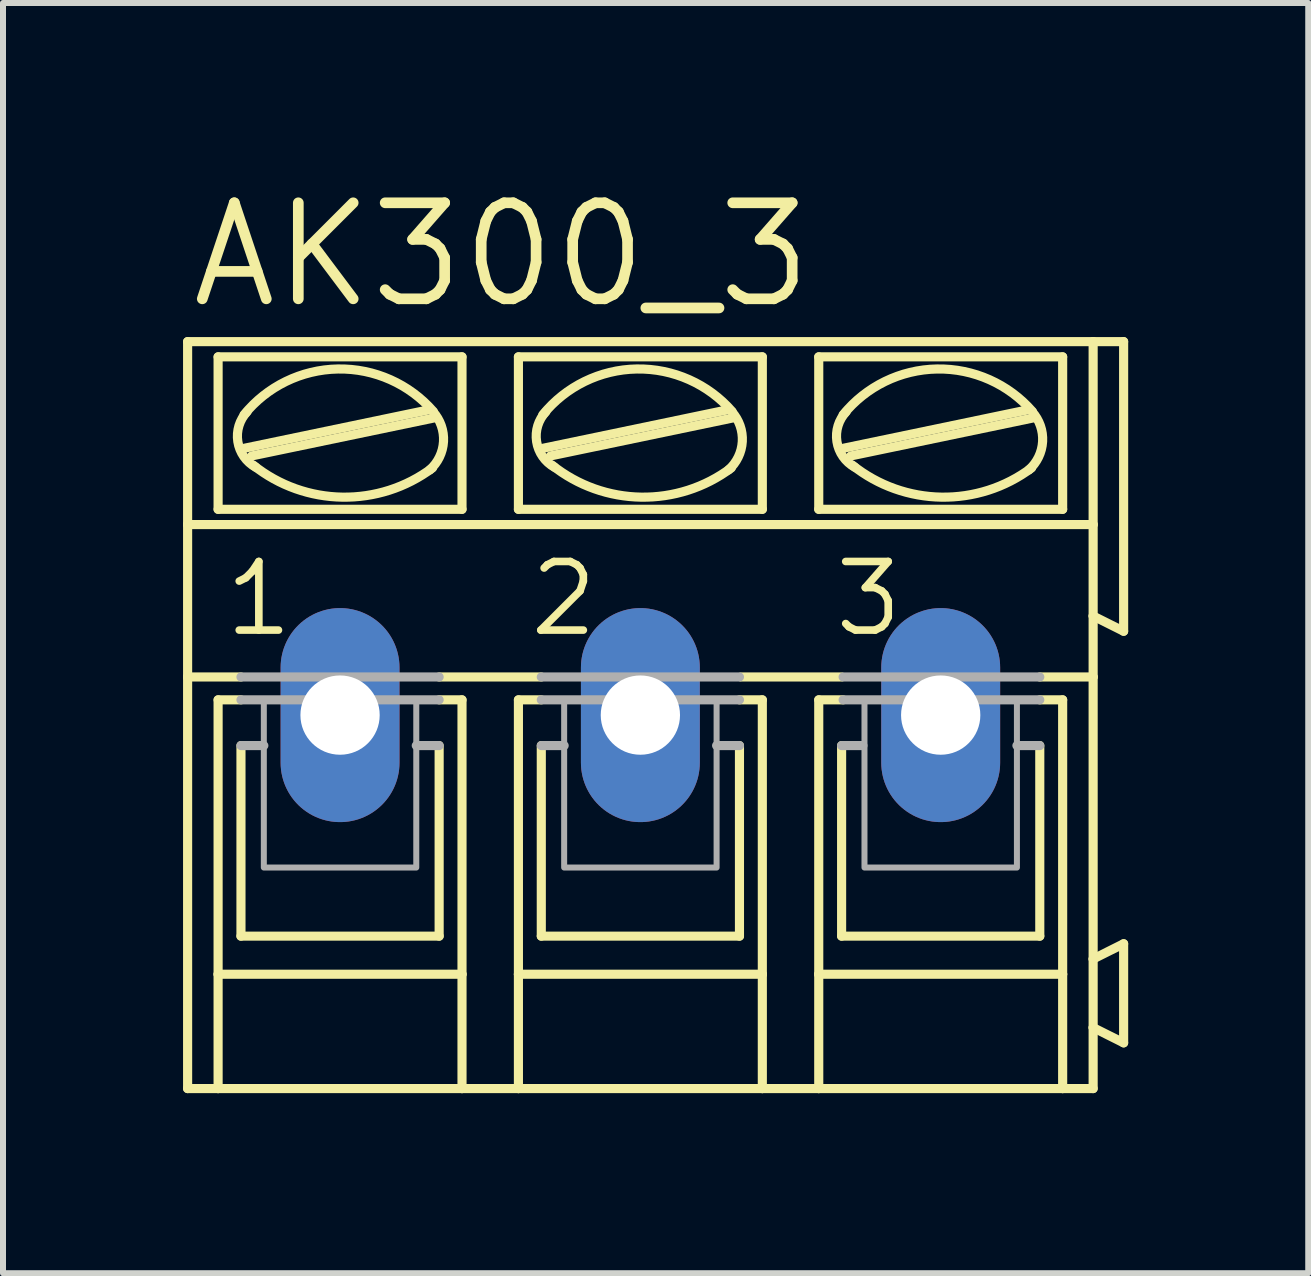
<source format=kicad_pcb>
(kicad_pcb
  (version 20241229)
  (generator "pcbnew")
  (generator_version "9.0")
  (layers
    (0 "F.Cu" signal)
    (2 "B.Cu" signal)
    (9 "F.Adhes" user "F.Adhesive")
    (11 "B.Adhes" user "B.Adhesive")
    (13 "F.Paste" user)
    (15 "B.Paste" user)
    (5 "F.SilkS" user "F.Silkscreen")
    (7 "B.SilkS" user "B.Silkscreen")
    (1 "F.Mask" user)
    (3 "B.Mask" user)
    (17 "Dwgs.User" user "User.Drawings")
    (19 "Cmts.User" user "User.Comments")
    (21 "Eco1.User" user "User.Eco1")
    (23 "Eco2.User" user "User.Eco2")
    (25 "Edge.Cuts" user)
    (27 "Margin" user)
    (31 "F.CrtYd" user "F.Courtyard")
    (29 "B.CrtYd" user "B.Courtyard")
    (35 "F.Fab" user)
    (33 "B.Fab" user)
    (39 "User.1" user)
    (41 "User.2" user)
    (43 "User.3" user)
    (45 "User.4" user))
  (footprint "AK300_3"
    (layer "F.Cu")
    (at 7.62 8.865)
    (property "Reference" "AK300_3" (at -7.569 -6.731 0) (layer "F.SilkS") (effects (font (size 1.6 1.6) (thickness 0.178)) (justify left bottom)))
    (fp_line (start -7.544 -3.175) (end -7.544 -6.223) (stroke (width 0.152) (type solid)) (layer "F.SilkS"))
    (fp_line (start -7.544 -3.175) (end 7.544 -3.175) (stroke (width 0.152) (type solid)) (layer "F.SilkS"))
    (fp_line (start -7.544 -0.635) (end -7.544 -3.175) (stroke (width 0.152) (type solid)) (layer "F.SilkS"))
    (fp_line (start -7.544 -0.635) (end -6.655 -0.635) (stroke (width 0.152) (type solid)) (layer "F.SilkS"))
    (fp_line (start -7.544 6.223) (end -7.544 -0.635) (stroke (width 0.152) (type solid)) (layer "F.SilkS"))
    (fp_line (start -7.544 6.223) (end -7.036 6.223) (stroke (width 0.152) (type solid)) (layer "F.SilkS"))
    (fp_line (start -7.036 -3.429) (end -7.036 -5.969) (stroke (width 0.152) (type solid)) (layer "F.SilkS"))
    (fp_line (start -7.036 -0.254) (end -7.036 4.318) (stroke (width 0.152) (type solid)) (layer "F.SilkS"))
    (fp_line (start -7.036 -0.254) (end -6.655 -0.254) (stroke (width 0.152) (type solid)) (layer "F.SilkS"))
    (fp_line (start -7.036 4.318) (end -7.036 6.223) (stroke (width 0.152) (type solid)) (layer "F.SilkS"))
    (fp_line (start -7.036 6.223) (end -2.972 6.223) (stroke (width 0.152) (type solid)) (layer "F.SilkS"))
    (fp_line (start -6.655 3.683) (end -6.655 0.508) (stroke (width 0.152) (type solid)) (layer "F.SilkS"))
    (fp_line (start -6.604 -4.445) (end -3.556 -5.08) (stroke (width 0.152) (type solid)) (layer "F.SilkS"))
    (fp_line (start -6.477 -4.318) (end -3.429 -4.953) (stroke (width 0.152) (type solid)) (layer "F.SilkS"))
    (fp_line (start -3.353 -0.635) (end -1.651 -0.635) (stroke (width 0.152) (type solid)) (layer "F.SilkS"))
    (fp_line (start -3.353 3.683) (end -6.655 3.683) (stroke (width 0.152) (type solid)) (layer "F.SilkS"))
    (fp_line (start -3.353 3.683) (end -3.353 0.508) (stroke (width 0.152) (type solid)) (layer "F.SilkS"))
    (fp_line (start -2.972 -5.969) (end -7.036 -5.969) (stroke (width 0.152) (type solid)) (layer "F.SilkS"))
    (fp_line (start -2.972 -3.429) (end -7.036 -3.429) (stroke (width 0.152) (type solid)) (layer "F.SilkS"))
    (fp_line (start -2.972 -3.429) (end -2.972 -5.969) (stroke (width 0.152) (type solid)) (layer "F.SilkS"))
    (fp_line (start -2.972 -0.254) (end -3.353 -0.254) (stroke (width 0.152) (type solid)) (layer "F.SilkS"))
    (fp_line (start -2.972 4.318) (end -7.036 4.318) (stroke (width 0.152) (type solid)) (layer "F.SilkS"))
    (fp_line (start -2.972 4.318) (end -2.972 -0.254) (stroke (width 0.152) (type solid)) (layer "F.SilkS"))
    (fp_line (start -2.972 6.223) (end -2.972 4.318) (stroke (width 0.152) (type solid)) (layer "F.SilkS"))
    (fp_line (start -2.972 6.223) (end -2.032 6.223) (stroke (width 0.152) (type solid)) (layer "F.SilkS"))
    (fp_line (start -2.032 -5.969) (end 2.032 -5.969) (stroke (width 0.152) (type solid)) (layer "F.SilkS"))
    (fp_line (start -2.032 -3.429) (end -2.032 -5.969) (stroke (width 0.152) (type solid)) (layer "F.SilkS"))
    (fp_line (start -2.032 -0.254) (end -1.651 -0.254) (stroke (width 0.152) (type solid)) (layer "F.SilkS"))
    (fp_line (start -2.032 4.318) (end -2.032 -0.254) (stroke (width 0.152) (type solid)) (layer "F.SilkS"))
    (fp_line (start -2.032 4.318) (end 2.032 4.318) (stroke (width 0.152) (type solid)) (layer "F.SilkS"))
    (fp_line (start -2.032 6.223) (end -2.032 4.318) (stroke (width 0.152) (type solid)) (layer "F.SilkS"))
    (fp_line (start -2.032 6.223) (end 2.032 6.223) (stroke (width 0.152) (type solid)) (layer "F.SilkS"))
    (fp_line (start -1.651 3.683) (end -1.651 0.508) (stroke (width 0.152) (type solid)) (layer "F.SilkS"))
    (fp_line (start -1.626 -4.445) (end 1.422 -5.08) (stroke (width 0.152) (type solid)) (layer "F.SilkS"))
    (fp_line (start -1.499 -4.318) (end 1.549 -4.953) (stroke (width 0.152) (type solid)) (layer "F.SilkS"))
    (fp_line (start 1.651 3.683) (end -1.651 3.683) (stroke (width 0.152) (type solid)) (layer "F.SilkS"))
    (fp_line (start 1.651 3.683) (end 1.651 0.508) (stroke (width 0.152) (type solid)) (layer "F.SilkS"))
    (fp_line (start 1.676 -0.635) (end 3.353 -0.635) (stroke (width 0.152) (type solid)) (layer "F.SilkS"))
    (fp_line (start 2.032 -5.969) (end 2.032 -3.429) (stroke (width 0.152) (type solid)) (layer "F.SilkS"))
    (fp_line (start 2.032 -3.429) (end -2.032 -3.429) (stroke (width 0.152) (type solid)) (layer "F.SilkS"))
    (fp_line (start 2.032 -0.254) (end 1.651 -0.254) (stroke (width 0.152) (type solid)) (layer "F.SilkS"))
    (fp_line (start 2.032 -0.254) (end 2.032 4.318) (stroke (width 0.152) (type solid)) (layer "F.SilkS"))
    (fp_line (start 2.032 4.318) (end 2.032 6.223) (stroke (width 0.152) (type solid)) (layer "F.SilkS"))
    (fp_line (start 2.032 6.223) (end 2.972 6.223) (stroke (width 0.152) (type solid)) (layer "F.SilkS"))
    (fp_line (start 2.972 -5.969) (end 7.036 -5.969) (stroke (width 0.152) (type solid)) (layer "F.SilkS"))
    (fp_line (start 2.972 -3.429) (end 2.972 -5.969) (stroke (width 0.152) (type solid)) (layer "F.SilkS"))
    (fp_line (start 2.972 -0.254) (end 3.378 -0.254) (stroke (width 0.152) (type solid)) (layer "F.SilkS"))
    (fp_line (start 2.972 4.318) (end 2.972 -0.254) (stroke (width 0.152) (type solid)) (layer "F.SilkS"))
    (fp_line (start 2.972 4.318) (end 7.036 4.318) (stroke (width 0.152) (type solid)) (layer "F.SilkS"))
    (fp_line (start 2.972 6.223) (end 2.972 4.318) (stroke (width 0.152) (type solid)) (layer "F.SilkS"))
    (fp_line (start 2.972 6.223) (end 7.036 6.223) (stroke (width 0.152) (type solid)) (layer "F.SilkS"))
    (fp_line (start 3.353 3.683) (end 3.353 0.508) (stroke (width 0.152) (type solid)) (layer "F.SilkS"))
    (fp_line (start 3.378 -4.445) (end 6.426 -5.08) (stroke (width 0.152) (type solid)) (layer "F.SilkS"))
    (fp_line (start 3.505 -4.318) (end 6.553 -4.953) (stroke (width 0.152) (type solid)) (layer "F.SilkS"))
    (fp_line (start 6.655 3.683) (end 3.353 3.683) (stroke (width 0.152) (type solid)) (layer "F.SilkS"))
    (fp_line (start 6.655 3.683) (end 6.655 0.508) (stroke (width 0.152) (type solid)) (layer "F.SilkS"))
    (fp_line (start 7.036 -5.969) (end 7.036 -3.429) (stroke (width 0.152) (type solid)) (layer "F.SilkS"))
    (fp_line (start 7.036 -3.429) (end 2.972 -3.429) (stroke (width 0.152) (type solid)) (layer "F.SilkS"))
    (fp_line (start 7.036 -0.254) (end 6.655 -0.254) (stroke (width 0.152) (type solid)) (layer "F.SilkS"))
    (fp_line (start 7.036 -0.254) (end 7.036 4.318) (stroke (width 0.152) (type solid)) (layer "F.SilkS"))
    (fp_line (start 7.036 4.318) (end 7.036 6.223) (stroke (width 0.152) (type solid)) (layer "F.SilkS"))
    (fp_line (start 7.036 6.223) (end 7.544 6.223) (stroke (width 0.152) (type solid)) (layer "F.SilkS"))
    (fp_line (start 7.544 -6.223) (end -7.544 -6.223) (stroke (width 0.152) (type solid)) (layer "F.SilkS"))
    (fp_line (start 7.544 -6.223) (end 7.544 -3.175) (stroke (width 0.152) (type solid)) (layer "F.SilkS"))
    (fp_line (start 7.544 -6.223) (end 8.052 -6.223) (stroke (width 0.152) (type solid)) (layer "F.SilkS"))
    (fp_line (start 7.544 -3.175) (end 7.544 -1.651) (stroke (width 0.152) (type solid)) (layer "F.SilkS"))
    (fp_line (start 7.544 -1.651) (end 7.544 -0.635) (stroke (width 0.152) (type solid)) (layer "F.SilkS"))
    (fp_line (start 7.544 -0.635) (end 6.655 -0.635) (stroke (width 0.152) (type solid)) (layer "F.SilkS"))
    (fp_line (start 7.544 -0.635) (end 7.544 4.064) (stroke (width 0.152) (type solid)) (layer "F.SilkS"))
    (fp_line (start 7.544 4.064) (end 7.544 5.207) (stroke (width 0.152) (type solid)) (layer "F.SilkS"))
    (fp_line (start 7.544 5.207) (end 7.544 6.223) (stroke (width 0.152) (type solid)) (layer "F.SilkS"))
    (fp_line (start 8.052 -6.223) (end 8.052 -1.397) (stroke (width 0.152) (type solid)) (layer "F.SilkS"))
    (fp_line (start 8.052 -1.397) (end 7.544 -1.651) (stroke (width 0.152) (type solid)) (layer "F.SilkS"))
    (fp_line (start 8.052 3.81) (end 7.544 4.064) (stroke (width 0.152) (type solid)) (layer "F.SilkS"))
    (fp_line (start 8.052 3.81) (end 8.052 5.461) (stroke (width 0.152) (type solid)) (layer "F.SilkS"))
    (fp_line (start 8.052 5.461) (end 7.544 5.207) (stroke (width 0.152) (type solid)) (layer "F.SilkS"))
    (fp_arc (start -6.604 -5.0038) (mid -5.039626 -5.76695) (end -3.449599 -5.058801) (stroke (width 0.1524) (type solid)) (layer "F.SilkS"))
    (fp_arc (start -6.409501 -4.129699) (mid -6.707425 -4.557025) (end -6.5532 -5.0546) (stroke (width 0.1524) (type solid)) (layer "F.SilkS"))
    (fp_arc (start -3.463801 -4.118799) (mid -4.965704 -3.631242) (end -6.4516 -4.1656) (stroke (width 0.1524) (type solid)) (layer "F.SilkS"))
    (fp_arc (start -3.454499 -5.054499) (mid -3.280139 -4.558083) (end -3.5102 -4.0849) (stroke (width 0.1524) (type solid)) (layer "F.SilkS"))
    (fp_arc (start -1.6256 -5.0038) (mid -0.061226 -5.76695) (end 1.528801 -5.058801) (stroke (width 0.1524) (type solid)) (layer "F.SilkS"))
    (fp_arc (start -1.431101 -4.129699) (mid -1.729025 -4.557025) (end -1.5748 -5.0546) (stroke (width 0.1524) (type solid)) (layer "F.SilkS"))
    (fp_arc (start 1.5146 -4.118901) (mid 0.012714 -3.631283) (end -1.4732 -4.1656) (stroke (width 0.1524) (type solid)) (layer "F.SilkS"))
    (fp_arc (start 1.5239 -5.0545) (mid 1.69826 -4.558084) (end 1.4682 -4.0849) (stroke (width 0.1524) (type solid)) (layer "F.SilkS"))
    (fp_arc (start 3.3782 -5.0038) (mid 4.94252 -5.766807) (end 6.5324 -5.058598) (stroke (width 0.1524) (type solid)) (layer "F.SilkS"))
    (fp_arc (start 3.572698 -4.1297) (mid 3.274775 -4.557026) (end 3.429 -5.0546) (stroke (width 0.1524) (type solid)) (layer "F.SilkS"))
    (fp_arc (start 6.5184 -4.118901) (mid 5.016514 -3.631283) (end 3.5306 -4.1656) (stroke (width 0.1524) (type solid)) (layer "F.SilkS"))
    (fp_arc (start 6.5277 -5.0545) (mid 6.70206 -4.558084) (end 6.472 -4.0849) (stroke (width 0.1524) (type solid)) (layer "F.SilkS"))
    (fp_line (start -6.655 -0.635) (end -3.353 -0.635) (stroke (width 0.152) (type solid)) (layer "F.Fab"))
    (fp_line (start -6.655 0.508) (end -6.274 0.508) (stroke (width 0.152) (type solid)) (layer "F.Fab"))
    (fp_line (start -3.353 -0.254) (end -6.655 -0.254) (stroke (width 0.152) (type solid)) (layer "F.Fab"))
    (fp_line (start -3.353 0.508) (end -3.734 0.508) (stroke (width 0.152) (type solid)) (layer "F.Fab"))
    (fp_line (start -1.651 -0.254) (end 1.651 -0.254) (stroke (width 0.152) (type solid)) (layer "F.Fab"))
    (fp_line (start -1.651 0.508) (end -1.27 0.508) (stroke (width 0.152) (type solid)) (layer "F.Fab"))
    (fp_line (start 1.651 -0.635) (end -1.651 -0.635) (stroke (width 0.152) (type solid)) (layer "F.Fab"))
    (fp_line (start 1.651 0.508) (end 1.27 0.508) (stroke (width 0.152) (type solid)) (layer "F.Fab"))
    (fp_line (start 3.353 0.508) (end 3.708 0.508) (stroke (width 0.152) (type solid)) (layer "F.Fab"))
    (fp_line (start 3.378 -0.254) (end 6.655 -0.254) (stroke (width 0.152) (type solid)) (layer "F.Fab"))
    (fp_line (start 6.655 -0.635) (end 3.378 -0.635) (stroke (width 0.152) (type solid)) (layer "F.Fab"))
    (fp_line (start 6.655 0.508) (end 6.274 0.508) (stroke (width 0.152) (type solid)) (layer "F.Fab"))
    (fp_poly (pts (xy -6.274 2.54) (xy -3.734 2.54) (xy -3.734 -0.254) (xy -6.274 -0.254)) (stroke (width 0.1) (type default)) (fill no) (layer "F.Fab"))
    (fp_poly (pts (xy -1.27 2.54) (xy 1.27 2.54) (xy 1.27 -0.254) (xy -1.27 -0.254)) (stroke (width 0.1) (type default)) (fill no) (layer "F.Fab"))
    (fp_poly (pts (xy 3.734 2.54) (xy 6.274 2.54) (xy 6.274 -0.254) (xy 3.734 -0.254)) (stroke (width 0.1) (type default)) (fill no) (layer "F.Fab"))
    (fp_text user "2" (at -1.905 -1.27 0) (layer "F.SilkS") (effects (font (size 1.143 1.143) (thickness 0.127)) (justify left bottom)))
    (fp_text user "1" (at -6.985 -1.27 0) (layer "F.SilkS") (effects (font (size 1.143 1.143) (thickness 0.127)) (justify left bottom)))
    (fp_text user "3" (at 3.175 -1.27 0) (layer "F.SilkS") (effects (font (size 1.143 1.143) (thickness 0.127)) (justify left bottom)))
    (pad "1" thru_hole oval (at -5.004 0 90) (size 3.566 1.981) (drill 1.321) (layers "*.Cu" "*.Mask"))
    (pad "2" thru_hole oval (at 0 0 90) (size 3.566 1.981) (drill 1.321) (layers "*.Cu" "*.Mask"))
    (pad "3" thru_hole oval (at 5.004 0 90) (size 3.566 1.981) (drill 1.321) (layers "*.Cu" "*.Mask")))
  (gr_rect
    (start -3 -3)
    (end 18.748 18.164)
    (stroke (width 0.1) (type default))
    (fill no)
    (layer "Edge.Cuts")))
</source>
